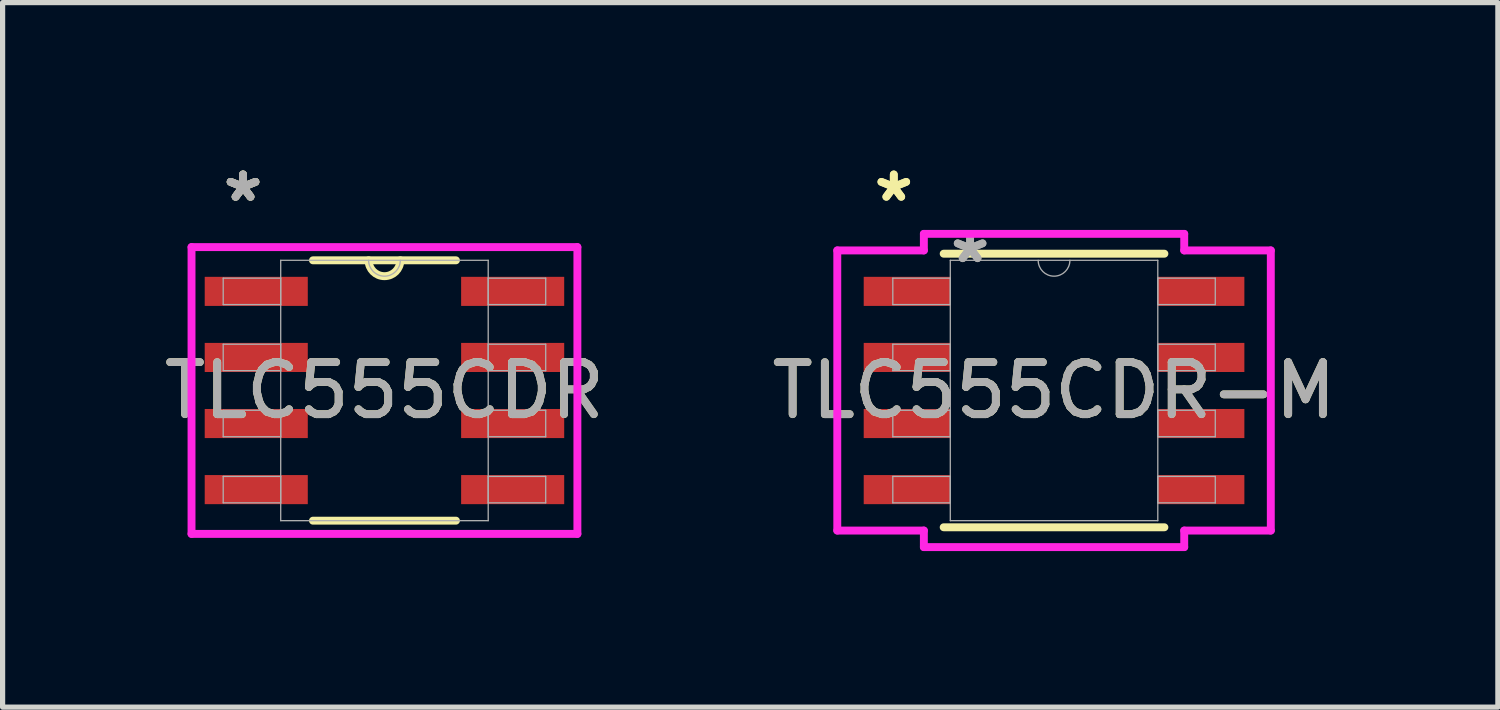
<source format=kicad_pcb>
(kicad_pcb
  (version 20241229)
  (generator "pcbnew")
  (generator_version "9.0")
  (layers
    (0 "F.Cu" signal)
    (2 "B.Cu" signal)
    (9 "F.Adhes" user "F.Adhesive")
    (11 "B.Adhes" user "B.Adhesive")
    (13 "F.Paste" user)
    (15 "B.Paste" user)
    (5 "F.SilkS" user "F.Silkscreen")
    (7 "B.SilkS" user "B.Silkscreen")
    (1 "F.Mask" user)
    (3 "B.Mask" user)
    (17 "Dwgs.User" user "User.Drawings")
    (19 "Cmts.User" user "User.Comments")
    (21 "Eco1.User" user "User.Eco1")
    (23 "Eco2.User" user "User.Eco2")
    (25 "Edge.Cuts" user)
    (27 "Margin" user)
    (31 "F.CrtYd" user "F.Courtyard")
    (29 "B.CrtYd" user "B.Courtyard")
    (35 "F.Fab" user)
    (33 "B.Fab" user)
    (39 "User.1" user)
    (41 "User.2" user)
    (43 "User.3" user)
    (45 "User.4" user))
  (footprint "TLC555CDR-M"
    (layer "F.Cu")
    (at 17.208 4.455)
    (property "Reference" "TLC555CDR-M" (at 0 0 0) (unlocked yes) (layer "F.SilkS") (effects (font (size 1 1) (thickness 0.15))))
    (attr smd)
    (fp_line (start -2.121 2.629) (end 2.121 2.629) (stroke (width 0.152) (type solid)) (layer "F.SilkS"))
    (fp_line (start 2.121 -2.629) (end -2.121 -2.629) (stroke (width 0.152) (type solid)) (layer "F.SilkS"))
    (fp_line (start -4.166 -2.692) (end -2.502 -2.692) (stroke (width 0.152) (type solid)) (layer "F.CrtYd"))
    (fp_line (start -4.166 2.692) (end -4.166 -2.692) (stroke (width 0.152) (type solid)) (layer "F.CrtYd"))
    (fp_line (start -4.166 2.692) (end -2.502 2.692) (stroke (width 0.152) (type solid)) (layer "F.CrtYd"))
    (fp_line (start -2.502 -3.01) (end 2.502 -3.01) (stroke (width 0.152) (type solid)) (layer "F.CrtYd"))
    (fp_line (start -2.502 -2.692) (end -2.502 -3.01) (stroke (width 0.152) (type solid)) (layer "F.CrtYd"))
    (fp_line (start -2.502 3.01) (end -2.502 2.692) (stroke (width 0.152) (type solid)) (layer "F.CrtYd"))
    (fp_line (start 2.502 -3.01) (end 2.502 -2.692) (stroke (width 0.152) (type solid)) (layer "F.CrtYd"))
    (fp_line (start 2.502 2.692) (end 2.502 3.01) (stroke (width 0.152) (type solid)) (layer "F.CrtYd"))
    (fp_line (start 2.502 3.01) (end -2.502 3.01) (stroke (width 0.152) (type solid)) (layer "F.CrtYd"))
    (fp_line (start 4.166 -2.692) (end 2.502 -2.692) (stroke (width 0.152) (type solid)) (layer "F.CrtYd"))
    (fp_line (start 4.166 -2.692) (end 4.166 2.692) (stroke (width 0.152) (type solid)) (layer "F.CrtYd"))
    (fp_line (start 4.166 2.692) (end 2.502 2.692) (stroke (width 0.152) (type solid)) (layer "F.CrtYd"))
    (fp_line (start -3.099 -2.159) (end -3.099 -1.651) (stroke (width 0.025) (type solid)) (layer "F.Fab"))
    (fp_line (start -3.099 -1.651) (end -1.994 -1.651) (stroke (width 0.025) (type solid)) (layer "F.Fab"))
    (fp_line (start -3.099 -0.889) (end -3.099 -0.381) (stroke (width 0.025) (type solid)) (layer "F.Fab"))
    (fp_line (start -3.099 -0.381) (end -1.994 -0.381) (stroke (width 0.025) (type solid)) (layer "F.Fab"))
    (fp_line (start -3.099 0.381) (end -3.099 0.889) (stroke (width 0.025) (type solid)) (layer "F.Fab"))
    (fp_line (start -3.099 0.889) (end -1.994 0.889) (stroke (width 0.025) (type solid)) (layer "F.Fab"))
    (fp_line (start -3.099 1.651) (end -3.099 2.159) (stroke (width 0.025) (type solid)) (layer "F.Fab"))
    (fp_line (start -3.099 2.159) (end -1.994 2.159) (stroke (width 0.025) (type solid)) (layer "F.Fab"))
    (fp_line (start -1.994 -2.502) (end -1.994 2.502) (stroke (width 0.025) (type solid)) (layer "F.Fab"))
    (fp_line (start -1.994 -2.159) (end -3.099 -2.159) (stroke (width 0.025) (type solid)) (layer "F.Fab"))
    (fp_line (start -1.994 -1.651) (end -1.994 -2.159) (stroke (width 0.025) (type solid)) (layer "F.Fab"))
    (fp_line (start -1.994 -0.889) (end -3.099 -0.889) (stroke (width 0.025) (type solid)) (layer "F.Fab"))
    (fp_line (start -1.994 -0.381) (end -1.994 -0.889) (stroke (width 0.025) (type solid)) (layer "F.Fab"))
    (fp_line (start -1.994 0.381) (end -3.099 0.381) (stroke (width 0.025) (type solid)) (layer "F.Fab"))
    (fp_line (start -1.994 0.889) (end -1.994 0.381) (stroke (width 0.025) (type solid)) (layer "F.Fab"))
    (fp_line (start -1.994 1.651) (end -3.099 1.651) (stroke (width 0.025) (type solid)) (layer "F.Fab"))
    (fp_line (start -1.994 2.159) (end -1.994 1.651) (stroke (width 0.025) (type solid)) (layer "F.Fab"))
    (fp_line (start -1.994 2.502) (end 1.994 2.502) (stroke (width 0.025) (type solid)) (layer "F.Fab"))
    (fp_line (start 1.994 -2.502) (end -1.994 -2.502) (stroke (width 0.025) (type solid)) (layer "F.Fab"))
    (fp_line (start 1.994 -2.159) (end 1.994 -1.651) (stroke (width 0.025) (type solid)) (layer "F.Fab"))
    (fp_line (start 1.994 -1.651) (end 3.099 -1.651) (stroke (width 0.025) (type solid)) (layer "F.Fab"))
    (fp_line (start 1.994 -0.889) (end 1.994 -0.381) (stroke (width 0.025) (type solid)) (layer "F.Fab"))
    (fp_line (start 1.994 -0.381) (end 3.099 -0.381) (stroke (width 0.025) (type solid)) (layer "F.Fab"))
    (fp_line (start 1.994 0.381) (end 1.994 0.889) (stroke (width 0.025) (type solid)) (layer "F.Fab"))
    (fp_line (start 1.994 0.889) (end 3.099 0.889) (stroke (width 0.025) (type solid)) (layer "F.Fab"))
    (fp_line (start 1.994 1.651) (end 1.994 2.159) (stroke (width 0.025) (type solid)) (layer "F.Fab"))
    (fp_line (start 1.994 2.159) (end 3.099 2.159) (stroke (width 0.025) (type solid)) (layer "F.Fab"))
    (fp_line (start 1.994 2.502) (end 1.994 -2.502) (stroke (width 0.025) (type solid)) (layer "F.Fab"))
    (fp_line (start 3.099 -2.159) (end 1.994 -2.159) (stroke (width 0.025) (type solid)) (layer "F.Fab"))
    (fp_line (start 3.099 -1.651) (end 3.099 -2.159) (stroke (width 0.025) (type solid)) (layer "F.Fab"))
    (fp_line (start 3.099 -0.889) (end 1.994 -0.889) (stroke (width 0.025) (type solid)) (layer "F.Fab"))
    (fp_line (start 3.099 -0.381) (end 3.099 -0.889) (stroke (width 0.025) (type solid)) (layer "F.Fab"))
    (fp_line (start 3.099 0.381) (end 1.994 0.381) (stroke (width 0.025) (type solid)) (layer "F.Fab"))
    (fp_line (start 3.099 0.889) (end 3.099 0.381) (stroke (width 0.025) (type solid)) (layer "F.Fab"))
    (fp_line (start 3.099 1.651) (end 1.994 1.651) (stroke (width 0.025) (type solid)) (layer "F.Fab"))
    (fp_line (start 3.099 2.159) (end 3.099 1.651) (stroke (width 0.025) (type solid)) (layer "F.Fab"))
    (fp_arc (start 0.3048 -2.5019) (mid 0 -2.1971) (end -0.3048 -2.5019) (stroke (width 0.0254) (type solid)) (layer "F.Fab"))
    (fp_text user "*" (at -3.08 -3.607 0) (unlocked yes) (layer "F.SilkS") (effects (font (size 1 1) (thickness 0.15))))
    (fp_text user "*" (at -3.08 -3.607 0) (layer "F.SilkS") (effects (font (size 1 1) (thickness 0.15))))
    (fp_text user "${REFERENCE}" (at 0 0 0) (unlocked yes) (layer "F.Fab") (effects (font (size 1 1) (thickness 0.15))))
    (fp_text user "*" (at -1.613 -2.426 0) (layer "F.Fab") (effects (font (size 1 1) (thickness 0.15))))
    (fp_text user "*" (at -1.613 -2.426 0) (unlocked yes) (layer "F.Fab") (effects (font (size 1 1) (thickness 0.15))))
    (pad "1" smd rect (at -2.826 -1.905) (size 1.664 0.559) (layers "F.Cu" "F.Mask" "F.Paste"))
    (pad "2" smd rect (at -2.826 -0.635) (size 1.664 0.559) (layers "F.Cu" "F.Mask" "F.Paste"))
    (pad "3" smd rect (at -2.826 0.635) (size 1.664 0.559) (layers "F.Cu" "F.Mask" "F.Paste"))
    (pad "4" smd rect (at -2.826 1.905) (size 1.664 0.559) (layers "F.Cu" "F.Mask" "F.Paste"))
    (pad "5" smd rect (at 2.826 1.905) (size 1.664 0.559) (layers "F.Cu" "F.Mask" "F.Paste"))
    (pad "6" smd rect (at 2.826 0.635) (size 1.664 0.559) (layers "F.Cu" "F.Mask" "F.Paste"))
    (pad "7" smd rect (at 2.826 -0.635) (size 1.664 0.559) (layers "F.Cu" "F.Mask" "F.Paste"))
    (pad "8" smd rect (at 2.826 -1.905) (size 1.664 0.559) (layers "F.Cu" "F.Mask" "F.Paste")))
  (footprint "TLC555CDR"
    (layer "F.Cu")
    (at 4.339 4.455)
    (property "Reference" "TLC555CDR" (at 0 0 0) (unlocked yes) (layer "F.SilkS") (effects (font (size 1 1) (thickness 0.15))))
    (attr smd)
    (fp_line (start -1.374 2.502) (end 1.374 2.502) (stroke (width 0.152) (type solid)) (layer "F.SilkS"))
    (fp_line (start 1.374 -2.502) (end -1.374 -2.502) (stroke (width 0.152) (type solid)) (layer "F.SilkS"))
    (fp_arc (start 0.3048 -2.5019) (mid 0 -2.1971) (end -0.3048 -2.5019) (stroke (width 0.1524) (type solid)) (layer "F.SilkS"))
    (fp_line (start -3.708 -2.756) (end 3.708 -2.756) (stroke (width 0.152) (type solid)) (layer "F.CrtYd"))
    (fp_line (start -3.708 2.756) (end -3.708 -2.756) (stroke (width 0.152) (type solid)) (layer "F.CrtYd"))
    (fp_line (start 3.708 -2.756) (end 3.708 2.756) (stroke (width 0.152) (type solid)) (layer "F.CrtYd"))
    (fp_line (start 3.708 2.756) (end -3.708 2.756) (stroke (width 0.152) (type solid)) (layer "F.CrtYd"))
    (fp_line (start -3.099 -2.159) (end -3.099 -1.651) (stroke (width 0.025) (type solid)) (layer "F.Fab"))
    (fp_line (start -3.099 -1.651) (end -1.994 -1.651) (stroke (width 0.025) (type solid)) (layer "F.Fab"))
    (fp_line (start -3.099 -0.889) (end -3.099 -0.381) (stroke (width 0.025) (type solid)) (layer "F.Fab"))
    (fp_line (start -3.099 -0.381) (end -1.994 -0.381) (stroke (width 0.025) (type solid)) (layer "F.Fab"))
    (fp_line (start -3.099 0.381) (end -3.099 0.889) (stroke (width 0.025) (type solid)) (layer "F.Fab"))
    (fp_line (start -3.099 0.889) (end -1.994 0.889) (stroke (width 0.025) (type solid)) (layer "F.Fab"))
    (fp_line (start -3.099 1.651) (end -3.099 2.159) (stroke (width 0.025) (type solid)) (layer "F.Fab"))
    (fp_line (start -3.099 2.159) (end -1.994 2.159) (stroke (width 0.025) (type solid)) (layer "F.Fab"))
    (fp_line (start -1.994 -2.502) (end -1.994 2.502) (stroke (width 0.025) (type solid)) (layer "F.Fab"))
    (fp_line (start -1.994 -2.159) (end -3.099 -2.159) (stroke (width 0.025) (type solid)) (layer "F.Fab"))
    (fp_line (start -1.994 -1.651) (end -1.994 -2.159) (stroke (width 0.025) (type solid)) (layer "F.Fab"))
    (fp_line (start -1.994 -0.889) (end -3.099 -0.889) (stroke (width 0.025) (type solid)) (layer "F.Fab"))
    (fp_line (start -1.994 -0.381) (end -1.994 -0.889) (stroke (width 0.025) (type solid)) (layer "F.Fab"))
    (fp_line (start -1.994 0.381) (end -3.099 0.381) (stroke (width 0.025) (type solid)) (layer "F.Fab"))
    (fp_line (start -1.994 0.889) (end -1.994 0.381) (stroke (width 0.025) (type solid)) (layer "F.Fab"))
    (fp_line (start -1.994 1.651) (end -3.099 1.651) (stroke (width 0.025) (type solid)) (layer "F.Fab"))
    (fp_line (start -1.994 2.159) (end -1.994 1.651) (stroke (width 0.025) (type solid)) (layer "F.Fab"))
    (fp_line (start -1.994 2.502) (end 1.994 2.502) (stroke (width 0.025) (type solid)) (layer "F.Fab"))
    (fp_line (start 1.994 -2.502) (end -1.994 -2.502) (stroke (width 0.025) (type solid)) (layer "F.Fab"))
    (fp_line (start 1.994 -2.159) (end 1.994 -1.651) (stroke (width 0.025) (type solid)) (layer "F.Fab"))
    (fp_line (start 1.994 -1.651) (end 3.099 -1.651) (stroke (width 0.025) (type solid)) (layer "F.Fab"))
    (fp_line (start 1.994 -0.889) (end 1.994 -0.381) (stroke (width 0.025) (type solid)) (layer "F.Fab"))
    (fp_line (start 1.994 -0.381) (end 3.099 -0.381) (stroke (width 0.025) (type solid)) (layer "F.Fab"))
    (fp_line (start 1.994 0.381) (end 1.994 0.889) (stroke (width 0.025) (type solid)) (layer "F.Fab"))
    (fp_line (start 1.994 0.889) (end 3.099 0.889) (stroke (width 0.025) (type solid)) (layer "F.Fab"))
    (fp_line (start 1.994 1.651) (end 1.994 2.159) (stroke (width 0.025) (type solid)) (layer "F.Fab"))
    (fp_line (start 1.994 2.159) (end 3.099 2.159) (stroke (width 0.025) (type solid)) (layer "F.Fab"))
    (fp_line (start 1.994 2.502) (end 1.994 -2.502) (stroke (width 0.025) (type solid)) (layer "F.Fab"))
    (fp_line (start 3.099 -2.159) (end 1.994 -2.159) (stroke (width 0.025) (type solid)) (layer "F.Fab"))
    (fp_line (start 3.099 -1.651) (end 3.099 -2.159) (stroke (width 0.025) (type solid)) (layer "F.Fab"))
    (fp_line (start 3.099 -0.889) (end 1.994 -0.889) (stroke (width 0.025) (type solid)) (layer "F.Fab"))
    (fp_line (start 3.099 -0.381) (end 3.099 -0.889) (stroke (width 0.025) (type solid)) (layer "F.Fab"))
    (fp_line (start 3.099 0.381) (end 1.994 0.381) (stroke (width 0.025) (type solid)) (layer "F.Fab"))
    (fp_line (start 3.099 0.889) (end 3.099 0.381) (stroke (width 0.025) (type solid)) (layer "F.Fab"))
    (fp_line (start 3.099 1.651) (end 1.994 1.651) (stroke (width 0.025) (type solid)) (layer "F.Fab"))
    (fp_line (start 3.099 2.159) (end 3.099 1.651) (stroke (width 0.025) (type solid)) (layer "F.Fab"))
    (fp_arc (start 0.3048 -2.5019) (mid 0 -2.1971) (end -0.3048 -2.5019) (stroke (width 0.0254) (type solid)) (layer "F.Fab"))
    (fp_text user "*" (at -2.718 -3.607 0) (layer "F.SilkS") (effects (font (size 1 1) (thickness 0.15))))
    (fp_text user "*" (at -2.718 -3.607 0) (unlocked yes) (layer "F.SilkS") (effects (font (size 1 1) (thickness 0.15))))
    (fp_text user "*" (at -2.718 -3.607 0) (unlocked yes) (layer "F.Fab") (effects (font (size 1 1) (thickness 0.15))))
    (fp_text user "*" (at -2.718 -3.607 0) (layer "F.Fab") (effects (font (size 1 1) (thickness 0.15))))
    (fp_text user "${REFERENCE}" (at 0 0 0) (unlocked yes) (layer "F.Fab") (effects (font (size 1 1) (thickness 0.15))))
    (pad "1" smd rect (at -2.464 -1.905) (size 1.981 0.559) (layers "F.Cu" "F.Mask" "F.Paste"))
    (pad "2" smd rect (at -2.464 -0.635) (size 1.981 0.559) (layers "F.Cu" "F.Mask" "F.Paste"))
    (pad "3" smd rect (at -2.464 0.635) (size 1.981 0.559) (layers "F.Cu" "F.Mask" "F.Paste"))
    (pad "4" smd rect (at -2.464 1.905) (size 1.981 0.559) (layers "F.Cu" "F.Mask" "F.Paste"))
    (pad "5" smd rect (at 2.464 1.905) (size 1.981 0.559) (layers "F.Cu" "F.Mask" "F.Paste"))
    (pad "6" smd rect (at 2.464 0.635) (size 1.981 0.559) (layers "F.Cu" "F.Mask" "F.Paste"))
    (pad "7" smd rect (at 2.464 -0.635) (size 1.981 0.559) (layers "F.Cu" "F.Mask" "F.Paste"))
    (pad "8" smd rect (at 2.464 -1.905) (size 1.981 0.559) (layers "F.Cu" "F.Mask" "F.Paste")))
  (gr_rect
    (start -3 -3)
    (end 25.738 10.541)
    (stroke (width 0.1) (type default))
    (fill no)
    (layer "Edge.Cuts")))
</source>
